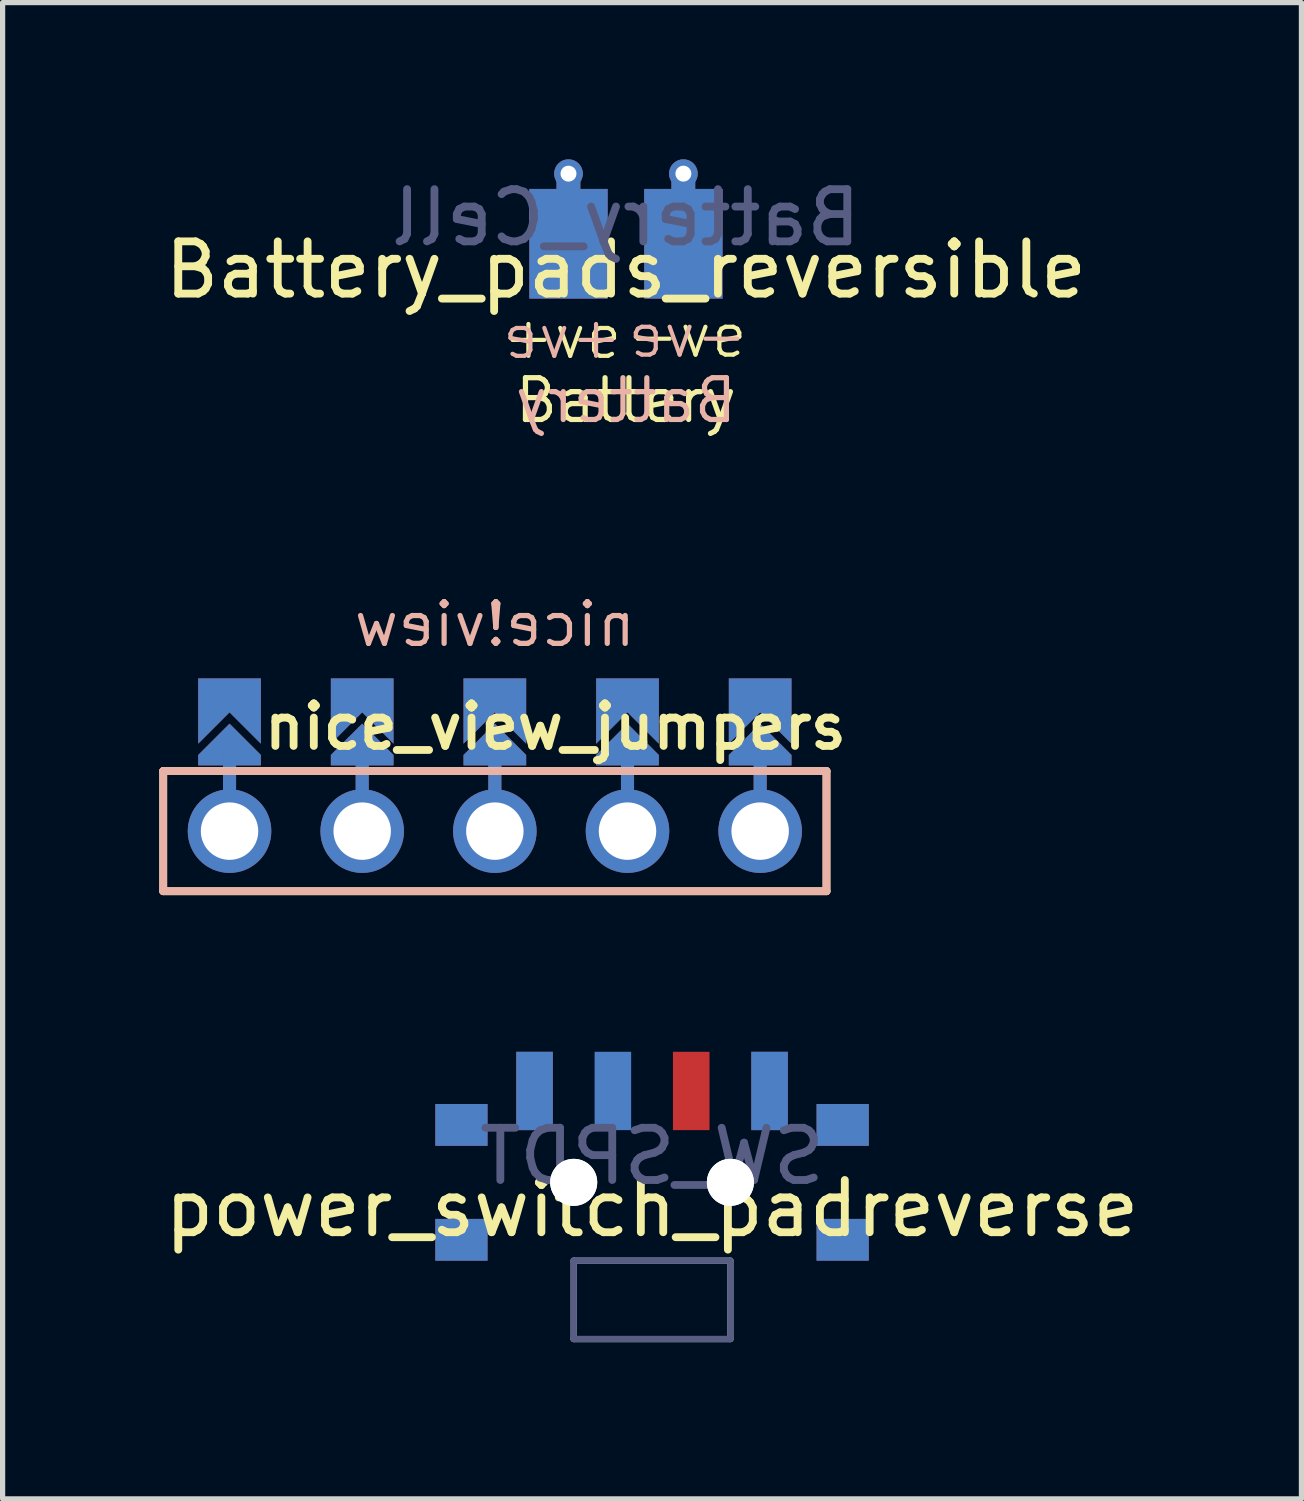
<source format=kicad_pcb>
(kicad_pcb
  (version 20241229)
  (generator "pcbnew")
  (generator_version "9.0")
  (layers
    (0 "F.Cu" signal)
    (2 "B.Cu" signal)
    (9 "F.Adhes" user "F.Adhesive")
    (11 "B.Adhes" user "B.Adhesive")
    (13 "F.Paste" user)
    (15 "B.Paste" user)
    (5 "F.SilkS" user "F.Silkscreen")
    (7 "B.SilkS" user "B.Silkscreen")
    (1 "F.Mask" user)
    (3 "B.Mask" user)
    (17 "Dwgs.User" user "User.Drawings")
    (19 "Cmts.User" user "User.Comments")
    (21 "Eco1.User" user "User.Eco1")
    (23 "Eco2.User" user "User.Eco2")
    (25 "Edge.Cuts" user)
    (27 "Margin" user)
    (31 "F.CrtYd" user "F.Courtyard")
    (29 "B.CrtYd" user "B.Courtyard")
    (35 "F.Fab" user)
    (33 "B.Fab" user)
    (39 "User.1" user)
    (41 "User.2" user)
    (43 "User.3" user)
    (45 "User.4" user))
  (footprint "power_switch_padreverse"
    (layer "F.Cu")
    (at 9.435 19.589)
    (property "Reference" "power_switch_padreverse" (at 0 0.5 180) (layer "F.SilkS") (effects (font (size 1 1) (thickness 0.15))))
    (fp_poly (pts (xy -4.1 -0.75) (xy -4.1 -1.45) (xy -3.2 -1.45) (xy -3.2 -0.75)) (stroke (width 0.1) (type solid)) (fill yes) (layer "F.Mask"))
    (fp_poly (pts (xy -4.1 1.45) (xy -4.1 0.75) (xy -3.2 0.75) (xy -3.2 1.45)) (stroke (width 0.1) (type solid)) (fill yes) (layer "F.Mask"))
    (fp_poly (pts (xy -2.55 -1.05) (xy -2.55 -2.45) (xy -1.95 -2.45) (xy -1.95 -1.05)) (stroke (width 0.1) (type solid)) (fill yes) (layer "F.Mask"))
    (fp_poly (pts (xy 0.45 -1.05) (xy 0.45 -2.45) (xy 1.05 -2.45) (xy 1.05 -1.05)) (stroke (width 0.1) (type solid)) (fill yes) (layer "F.Mask"))
    (fp_poly (pts (xy 1.95 -1.05) (xy 1.95 -2.45) (xy 2.55 -2.45) (xy 2.55 -1.05)) (stroke (width 0.1) (type solid)) (fill yes) (layer "F.Mask"))
    (fp_poly (pts (xy 3.2 -0.75) (xy 3.2 -1.45) (xy 4.1 -1.45) (xy 4.1 -0.75)) (stroke (width 0.1) (type solid)) (fill yes) (layer "F.Mask"))
    (fp_poly (pts (xy 3.2 1.45) (xy 3.2 0.75) (xy 4.1 0.75) (xy 4.1 1.45)) (stroke (width 0.1) (type solid)) (fill yes) (layer "F.Mask"))
    (fp_poly (pts (xy -3.2 -0.75) (xy -3.2 -1.45) (xy -4.1 -1.45) (xy -4.1 -0.75)) (stroke (width 0.1) (type solid)) (fill yes) (layer "B.Mask"))
    (fp_poly (pts (xy -3.2 1.45) (xy -3.2 0.75) (xy -4.1 0.75) (xy -4.1 1.45)) (stroke (width 0.1) (type solid)) (fill yes) (layer "B.Mask"))
    (fp_poly (pts (xy -1.95 -1.05) (xy -1.95 -2.45) (xy -2.55 -2.45) (xy -2.55 -1.05)) (stroke (width 0.1) (type solid)) (fill yes) (layer "B.Mask"))
    (fp_poly (pts (xy -0.45 -1.05) (xy -0.45 -2.45) (xy -1.05 -2.45) (xy -1.05 -1.05)) (stroke (width 0.1) (type solid)) (fill yes) (layer "B.Mask"))
    (fp_poly (pts (xy 2.55 -1.05) (xy 2.55 -2.45) (xy 1.95 -2.45) (xy 1.95 -1.05)) (stroke (width 0.1) (type solid)) (fill yes) (layer "B.Mask"))
    (fp_poly (pts (xy 4.1 -0.75) (xy 4.1 -1.45) (xy 3.2 -1.45) (xy 3.2 -0.75)) (stroke (width 0.1) (type solid)) (fill yes) (layer "B.Mask"))
    (fp_poly (pts (xy 4.1 1.45) (xy 4.1 0.75) (xy 3.2 0.75) (xy 3.2 1.45)) (stroke (width 0.1) (type solid)) (fill yes) (layer "B.Mask"))
    (fp_line (start -1.5 1.5) (end 1.5 1.5) (stroke (width 0.12) (type solid)) (layer "B.Fab"))
    (fp_line (start -1.5 3) (end -1.5 1.5) (stroke (width 0.12) (type solid)) (layer "B.Fab"))
    (fp_line (start 1.5 1.5) (end 1.5 3) (stroke (width 0.12) (type solid)) (layer "B.Fab"))
    (fp_line (start 1.5 3) (end -1.5 3) (stroke (width 0.12) (type solid)) (layer "B.Fab"))
    (fp_line (start -1.5 1.5) (end -1.5 3) (stroke (width 0.12) (type solid)) (layer "F.Fab"))
    (fp_line (start -1.5 3) (end 1.5 3) (stroke (width 0.12) (type solid)) (layer "F.Fab"))
    (fp_line (start 1.5 1.5) (end -1.5 1.5) (stroke (width 0.12) (type solid)) (layer "F.Fab"))
    (fp_line (start 1.5 3) (end 1.5 1.5) (stroke (width 0.12) (type solid)) (layer "F.Fab"))
    (fp_text user "SW_SPDT" (at 0 -0.5 180) (layer "B.Fab") (effects (font (size 1 1) (thickness 0.15)) (justify mirror)))
    (pad "" smd rect (at -3.65 -1.1) (size 1 0.8) (layers "F.Cu"))
    (pad "" smd rect (at -3.65 -1.1 180) (size 1 0.8) (layers "B.Cu"))
    (pad "" smd rect (at -3.65 1.1) (size 1 0.8) (layers "F.Cu"))
    (pad "" smd rect (at -3.65 1.1 180) (size 1 0.8) (layers "B.Cu"))
    (pad "" np_thru_hole circle (at -1.5 0 180) (size 0.9 0.9) (drill 0.9) (layers "*.Cu" "*.Mask"))
    (pad "" np_thru_hole circle (at -1.5 0) (size 0.9 0.9) (drill 0.9) (layers "*.Cu" "*.Mask"))
    (pad "" np_thru_hole circle (at 1.5 0) (size 0.9 0.9) (drill 0.9) (layers "*.Cu" "*.Mask"))
    (pad "" np_thru_hole circle (at 1.5 0 180) (size 0.9 0.9) (drill 0.9) (layers "*.Cu" "*.Mask"))
    (pad "" smd rect (at 3.65 -1.1) (size 1 0.8) (layers "F.Cu"))
    (pad "" smd rect (at 3.65 -1.1 180) (size 1 0.8) (layers "B.Cu"))
    (pad "" smd rect (at 3.65 1.1) (size 1 0.8) (layers "F.Cu"))
    (pad "" smd rect (at 3.65 1.1 180) (size 1 0.8) (layers "B.Cu"))
    (pad "1" smd rect (at -2.25 -1.75) (size 0.7 1.5) (layers "F.Cu"))
    (pad "1" smd rect (at -2.25 -1.75 180) (size 0.7 1.5) (layers "B.Cu"))
    (pad "2" smd rect (at -0.75 -1.75 180) (size 0.7 1.5) (layers "B.Cu"))
    (pad "2" smd rect (at 0.75 -1.75) (size 0.7 1.5) (layers "F.Cu"))
    (pad "3" smd rect (at 2.25 -1.75) (size 0.7 1.5) (layers "F.Cu"))
    (pad "3" smd rect (at 2.25 -1.75 180) (size 0.7 1.5) (layers "B.Cu")))
  (footprint "nice_view_jumpers"
    (layer "F.Cu")
    (at 6.425 12.864)
    (property "Reference" "nice_view_jumpers" (at 1.16 -2 0) (layer "F.SilkS") (effects (font (size 0.813 0.813) (thickness 0.15))))
    (attr through_hole)
    (fp_poly (pts (xy -5.588 -2.42) (xy -4.572 -2.42) (xy -4.572 -1.404) (xy -5.588 -1.404)) (stroke (width 0.1) (type solid)) (fill yes) (layer "F.Mask"))
    (fp_poly (pts (xy -3.048 -2.42) (xy -2.032 -2.42) (xy -2.032 -1.404) (xy -3.048 -1.404)) (stroke (width 0.1) (type solid)) (fill yes) (layer "F.Mask"))
    (fp_poly (pts (xy -0.508 -2.42) (xy 0.508 -2.42) (xy 0.508 -1.404) (xy -0.508 -1.404)) (stroke (width 0.1) (type solid)) (fill yes) (layer "F.Mask"))
    (fp_poly (pts (xy 2.032 -2.42) (xy 3.048 -2.42) (xy 3.048 -1.404) (xy 2.032 -1.404)) (stroke (width 0.1) (type solid)) (fill yes) (layer "F.Mask"))
    (fp_poly (pts (xy 4.572 -2.42) (xy 5.588 -2.42) (xy 5.588 -1.404) (xy 4.572 -1.404)) (stroke (width 0.1) (type solid)) (fill yes) (layer "F.Mask"))
    (fp_poly (pts (xy -5.588 -2.42) (xy -4.572 -2.42) (xy -4.572 -1.404) (xy -5.588 -1.404)) (stroke (width 0.1) (type solid)) (fill yes) (layer "B.Mask"))
    (fp_poly (pts (xy -3.048 -2.42) (xy -2.032 -2.42) (xy -2.032 -1.404) (xy -3.048 -1.404)) (stroke (width 0.1) (type solid)) (fill yes) (layer "B.Mask"))
    (fp_poly (pts (xy -0.508 -2.42) (xy 0.508 -2.42) (xy 0.508 -1.404) (xy -0.508 -1.404)) (stroke (width 0.1) (type solid)) (fill yes) (layer "B.Mask"))
    (fp_poly (pts (xy 2.032 -2.42) (xy 3.048 -2.42) (xy 3.048 -1.404) (xy 2.032 -1.404)) (stroke (width 0.1) (type solid)) (fill yes) (layer "B.Mask"))
    (fp_poly (pts (xy 4.572 -2.42) (xy 5.588 -2.42) (xy 5.588 -1.404) (xy 4.572 -1.404)) (stroke (width 0.1) (type solid)) (fill yes) (layer "B.Mask"))
    (fp_line (start -6.35 -1.15) (end 6.35 -1.15) (stroke (width 0.15) (type solid)) (layer "F.SilkS"))
    (fp_line (start -6.35 1.15) (end -6.35 -1.15) (stroke (width 0.15) (type solid)) (layer "F.SilkS"))
    (fp_line (start -6.35 1.15) (end 6.35 1.15) (stroke (width 0.15) (type solid)) (layer "F.SilkS"))
    (fp_line (start 6.35 -1.15) (end 6.35 1.15) (stroke (width 0.15) (type solid)) (layer "F.SilkS"))
    (fp_line (start -6.35 -1.15) (end 6.35 -1.15) (stroke (width 0.15) (type solid)) (layer "B.SilkS"))
    (fp_line (start -6.35 1.15) (end -6.35 -1.15) (stroke (width 0.15) (type solid)) (layer "B.SilkS"))
    (fp_line (start 6.35 -1.15) (end 6.35 1.15) (stroke (width 0.15) (type solid)) (layer "B.SilkS"))
    (fp_line (start 6.35 1.15) (end -6.35 1.15) (stroke (width 0.15) (type solid)) (layer "B.SilkS"))
    (fp_text user "nice!view" (at 0 -3.96 0) (unlocked yes) (layer "B.SilkS") (effects (font (size 0.8 0.8) (thickness 0.1)) (justify mirror)))
    (pad "" smd custom (at -5.08 -1.658 180) (size 0.1 0.1) (layers "F.Cu" "F.Mask") (options (anchor rect)) (primitives (gr_poly (pts (xy 0.6 -0.2) (xy 0 0.4) (xy -0.6 -0.2) (xy -0.6 -0.4) (xy 0.6 -0.4)) (width 0) (fill yes))))
    (pad "" smd custom (at -5.08 -1.658 180) (size 0.1 0.1) (layers "B.Cu" "B.Mask") (options (anchor rect)) (primitives (gr_poly (pts (xy 0.6 -0.2) (xy 0 0.4) (xy -0.6 -0.2) (xy -0.6 -0.4) (xy 0.6 -0.4)) (width 0) (fill yes))))
    (pad "" smd custom (at -5.08 -1.15 180) (size 0.25 1) (layers "F.Cu") (options (anchor rect)) (primitives))
    (pad "" smd custom (at -5.08 -1.15 180) (size 0.25 1) (layers "B.Cu") (options (anchor rect)) (primitives))
    (pad "" thru_hole circle (at -5.08 0) (size 1.6 1.6) (drill 1.1) (layers "*.Cu" "*.Mask"))
    (pad "" smd custom (at -2.54 -1.658 180) (size 0.1 0.1) (layers "F.Cu" "F.Mask") (options (anchor rect)) (primitives (gr_poly (pts (xy 0.6 -0.2) (xy 0 0.4) (xy -0.6 -0.2) (xy -0.6 -0.4) (xy 0.6 -0.4)) (width 0) (fill yes))))
    (pad "" smd custom (at -2.54 -1.658 180) (size 0.1 0.1) (layers "B.Cu" "B.Mask") (options (anchor rect)) (primitives (gr_poly (pts (xy 0.6 -0.2) (xy 0 0.4) (xy -0.6 -0.2) (xy -0.6 -0.4) (xy 0.6 -0.4)) (width 0) (fill yes))))
    (pad "" smd custom (at -2.54 -1.15 180) (size 0.25 1) (layers "F.Cu") (options (anchor rect)) (primitives))
    (pad "" smd custom (at -2.54 -1.15 180) (size 0.25 1) (layers "B.Cu") (options (anchor rect)) (primitives))
    (pad "" thru_hole circle (at -2.54 0) (size 1.6 1.6) (drill 1.1) (layers "*.Cu" "*.Mask"))
    (pad "" smd custom (at 0 -1.658 180) (size 0.1 0.1) (layers "F.Cu" "F.Mask") (options (anchor rect)) (primitives (gr_poly (pts (xy 0.6 -0.2) (xy 0 0.4) (xy -0.6 -0.2) (xy -0.6 -0.4) (xy 0.6 -0.4)) (width 0) (fill yes))))
    (pad "" smd custom (at 0 -1.658 180) (size 0.1 0.1) (layers "B.Cu" "B.Mask") (options (anchor rect)) (primitives (gr_poly (pts (xy 0.6 -0.2) (xy 0 0.4) (xy -0.6 -0.2) (xy -0.6 -0.4) (xy 0.6 -0.4)) (width 0) (fill yes))))
    (pad "" smd custom (at 0 -1.15 180) (size 0.25 1) (layers "F.Cu") (options (anchor rect)) (primitives))
    (pad "" smd custom (at 0 -1.15 180) (size 0.25 1) (layers "B.Cu") (options (anchor rect)) (primitives))
    (pad "" thru_hole circle (at 0 0) (size 1.6 1.6) (drill 1.1) (layers "*.Cu" "*.Mask"))
    (pad "" smd custom (at 2.54 -1.658 180) (size 0.1 0.1) (layers "F.Cu" "F.Mask") (options (anchor rect)) (primitives (gr_poly (pts (xy 0.6 -0.2) (xy 0 0.4) (xy -0.6 -0.2) (xy -0.6 -0.4) (xy 0.6 -0.4)) (width 0) (fill yes))))
    (pad "" smd custom (at 2.54 -1.658 180) (size 0.1 0.1) (layers "B.Cu" "B.Mask") (options (anchor rect)) (primitives (gr_poly (pts (xy 0.6 -0.2) (xy 0 0.4) (xy -0.6 -0.2) (xy -0.6 -0.4) (xy 0.6 -0.4)) (width 0) (fill yes))))
    (pad "" smd custom (at 2.54 -1.15 180) (size 0.25 1) (layers "F.Cu") (options (anchor rect)) (primitives))
    (pad "" smd custom (at 2.54 -1.15 180) (size 0.25 1) (layers "B.Cu") (options (anchor rect)) (primitives))
    (pad "" thru_hole circle (at 2.54 0) (size 1.6 1.6) (drill 1.1) (layers "*.Cu" "*.Mask"))
    (pad "" smd custom (at 5.08 -1.658 180) (size 0.1 0.1) (layers "F.Cu" "F.Mask") (options (anchor rect)) (primitives (gr_poly (pts (xy 0.6 -0.2) (xy 0 0.4) (xy -0.6 -0.2) (xy -0.6 -0.4) (xy 0.6 -0.4)) (width 0) (fill yes))))
    (pad "" smd custom (at 5.08 -1.658 180) (size 0.1 0.1) (layers "B.Cu" "B.Mask") (options (anchor rect)) (primitives (gr_poly (pts (xy 0.6 -0.2) (xy 0 0.4) (xy -0.6 -0.2) (xy -0.6 -0.4) (xy 0.6 -0.4)) (width 0) (fill yes))))
    (pad "" smd custom (at 5.08 -1.15 180) (size 0.25 1) (layers "F.Cu") (options (anchor rect)) (primitives))
    (pad "" smd custom (at 5.08 -1.15 180) (size 0.25 1) (layers "B.Cu") (options (anchor rect)) (primitives))
    (pad "" thru_hole circle (at 5.08 0) (size 1.6 1.6) (drill 1.1) (layers "*.Cu" "*.Mask"))
    (pad "1" smd custom (at -5.08 -2.674 180) (size 1.2 0.5) (layers "F.Cu" "F.Mask") (options (anchor rect)) (primitives (gr_poly (pts (xy 0.6 0) (xy -0.6 0) (xy -0.6 -1) (xy 0 -0.4) (xy 0.6 -1)) (width 0) (fill yes))))
    (pad "1" smd custom (at 5.08 -2.674 180) (size 1.2 0.5) (layers "B.Cu" "B.Mask") (options (anchor rect)) (primitives (gr_poly (pts (xy 0.6 0) (xy -0.6 0) (xy -0.6 -1) (xy 0 -0.4) (xy 0.6 -1)) (width 0) (fill yes))))
    (pad "2" smd custom (at -2.54 -2.674 180) (size 1.2 0.5) (layers "F.Cu" "F.Mask") (options (anchor rect)) (primitives (gr_poly (pts (xy 0.6 0) (xy -0.6 0) (xy -0.6 -1) (xy 0 -0.4) (xy 0.6 -1)) (width 0) (fill yes))))
    (pad "2" smd custom (at 2.54 -2.674 180) (size 1.2 0.5) (layers "B.Cu" "B.Mask") (options (anchor rect)) (primitives (gr_poly (pts (xy 0.6 0) (xy -0.6 0) (xy -0.6 -1) (xy 0 -0.4) (xy 0.6 -1)) (width 0) (fill yes))))
    (pad "3" smd custom (at 0 -2.674 180) (size 1.2 0.5) (layers "F.Cu" "F.Mask") (options (anchor rect)) (primitives (gr_poly (pts (xy 0.6 0) (xy -0.6 0) (xy -0.6 -1) (xy 0 -0.4) (xy 0.6 -1)) (width 0) (fill yes))))
    (pad "3" smd custom (at 0 -2.674 180) (size 1.2 0.5) (layers "B.Cu" "B.Mask") (options (anchor rect)) (primitives (gr_poly (pts (xy 0.6 0) (xy -0.6 0) (xy -0.6 -1) (xy 0 -0.4) (xy 0.6 -1)) (width 0) (fill yes))))
    (pad "4" smd custom (at -2.54 -2.674 180) (size 1.2 0.5) (layers "B.Cu" "B.Mask") (options (anchor rect)) (primitives (gr_poly (pts (xy 0.6 0) (xy -0.6 0) (xy -0.6 -1) (xy 0 -0.4) (xy 0.6 -1)) (width 0) (fill yes))))
    (pad "4" smd custom (at 2.54 -2.674 180) (size 1.2 0.5) (layers "F.Cu" "F.Mask") (options (anchor rect)) (primitives (gr_poly (pts (xy 0.6 0) (xy -0.6 0) (xy -0.6 -1) (xy 0 -0.4) (xy 0.6 -1)) (width 0) (fill yes))))
    (pad "5" smd custom (at -5.08 -2.674 180) (size 1.2 0.5) (layers "B.Cu" "B.Mask") (options (anchor rect)) (primitives (gr_poly (pts (xy 0.6 0) (xy -0.6 0) (xy -0.6 -1) (xy 0 -0.4) (xy 0.6 -1)) (width 0) (fill yes))))
    (pad "5" smd custom (at 5.08 -2.674 180) (size 1.2 0.5) (layers "F.Cu" "F.Mask") (options (anchor rect)) (primitives (gr_poly (pts (xy 0.6 0) (xy -0.6 0) (xy -0.6 -1) (xy 0 -0.4) (xy 0.6 -1)) (width 0) (fill yes)))))
  (footprint "Battery_pads_reversible"
    (layer "F.Cu")
    (at 8.935 1.617)
    (property "Reference" "Battery_pads_reversible" (at 0 0.5 180) (layer "F.SilkS") (effects (font (size 1 1) (thickness 0.15))))
    (fp_poly (pts (xy -0.401 -1) (xy -0.401 1) (xy -1.801 1) (xy -1.801 -1)) (stroke (width 0.1) (type solid)) (fill yes) (layer "F.Mask"))
    (fp_poly (pts (xy 1.8 -1) (xy 1.8 1) (xy 0.4 1) (xy 0.4 -1)) (stroke (width 0.1) (type solid)) (fill yes) (layer "F.Mask"))
    (fp_poly (pts (xy -1.8 -1) (xy -1.8 1) (xy -0.4 1) (xy -0.4 -1)) (stroke (width 0.1) (type solid)) (fill yes) (layer "B.Mask"))
    (fp_poly (pts (xy 0.4 -1) (xy 0.4 1) (xy 1.8 1) (xy 1.8 -1)) (stroke (width 0.1) (type solid)) (fill yes) (layer "B.Mask"))
    (fp_text user "-ve" (at 1.18 1.757 180) (layer "F.SilkS") (effects (font (size 0.8 0.8) (thickness 0.08))))
    (fp_text user "+ve" (at -1.22 1.78 180) (layer "F.SilkS") (effects (font (size 0.8 0.8) (thickness 0.08))))
    (fp_text user "Battery" (at 0 3 180) (layer "F.SilkS") (effects (font (size 0.8 0.8) (thickness 0.1))))
    (fp_text user "Battery" (at 0 3 180) (layer "B.SilkS") (effects (font (size 0.8 0.8) (thickness 0.1)) (justify mirror)))
    (fp_text user "-ve" (at 1.18 1.757 180) (layer "B.SilkS") (effects (font (size 0.8 0.8) (thickness 0.08)) (justify mirror)))
    (fp_text user "+ve" (at -1.22 1.78 180) (layer "B.SilkS") (effects (font (size 0.8 0.8) (thickness 0.08)) (justify mirror)))
    (fp_text user "Battery_Cell" (at 0 -0.5 180) (layer "B.Fab") (effects (font (size 1 1) (thickness 0.15)) (justify mirror)))
    (pad "1" thru_hole circle (at -1.1 -1.342) (size 0.55 0.55) (drill 0.305) (layers "*.Cu"))
    (pad "1" smd custom (at -1.1 0 180) (size 1.5 2.1) (layers "F.Cu") (options (anchor rect)) (primitives (gr_poly (pts (xy 0.179 1.335) (xy -0.177 1.335) (xy -0.177 0.762) (xy 0.179 0.762)) (width 0.1) (fill yes))))
    (pad "1" smd custom (at -1.1 0) (size 1.5 2.1) (layers "B.Cu") (options (anchor rect)) (primitives (gr_poly (pts (xy 0.177 -0.762) (xy -0.179 -0.762) (xy -0.179 -1.335) (xy 0.177 -1.335)) (width 0.1) (fill yes))))
    (pad "2" thru_hole circle (at 1.1 -1.342) (size 0.55 0.55) (drill 0.305) (layers "*.Cu"))
    (pad "2" smd custom (at 1.1 0 180) (size 1.5 2.1) (layers "F.Cu") (options (anchor rect)) (primitives (gr_poly (pts (xy 0.179 1.335) (xy -0.177 1.335) (xy -0.177 0.762) (xy 0.179 0.762)) (width 0.1) (fill yes))))
    (pad "2" smd custom (at 1.1 0) (size 1.5 2.1) (layers "B.Cu") (options (anchor rect)) (primitives (gr_poly (pts (xy 0.177 -0.762) (xy -0.179 -0.762) (xy -0.179 -1.335) (xy 0.177 -1.335)) (width 0.1) (fill yes)))))
  (gr_rect
    (start -3 -3)
    (end 21.869 25.649)
    (stroke (width 0.1) (type default))
    (fill no)
    (layer "Edge.Cuts")))
</source>
